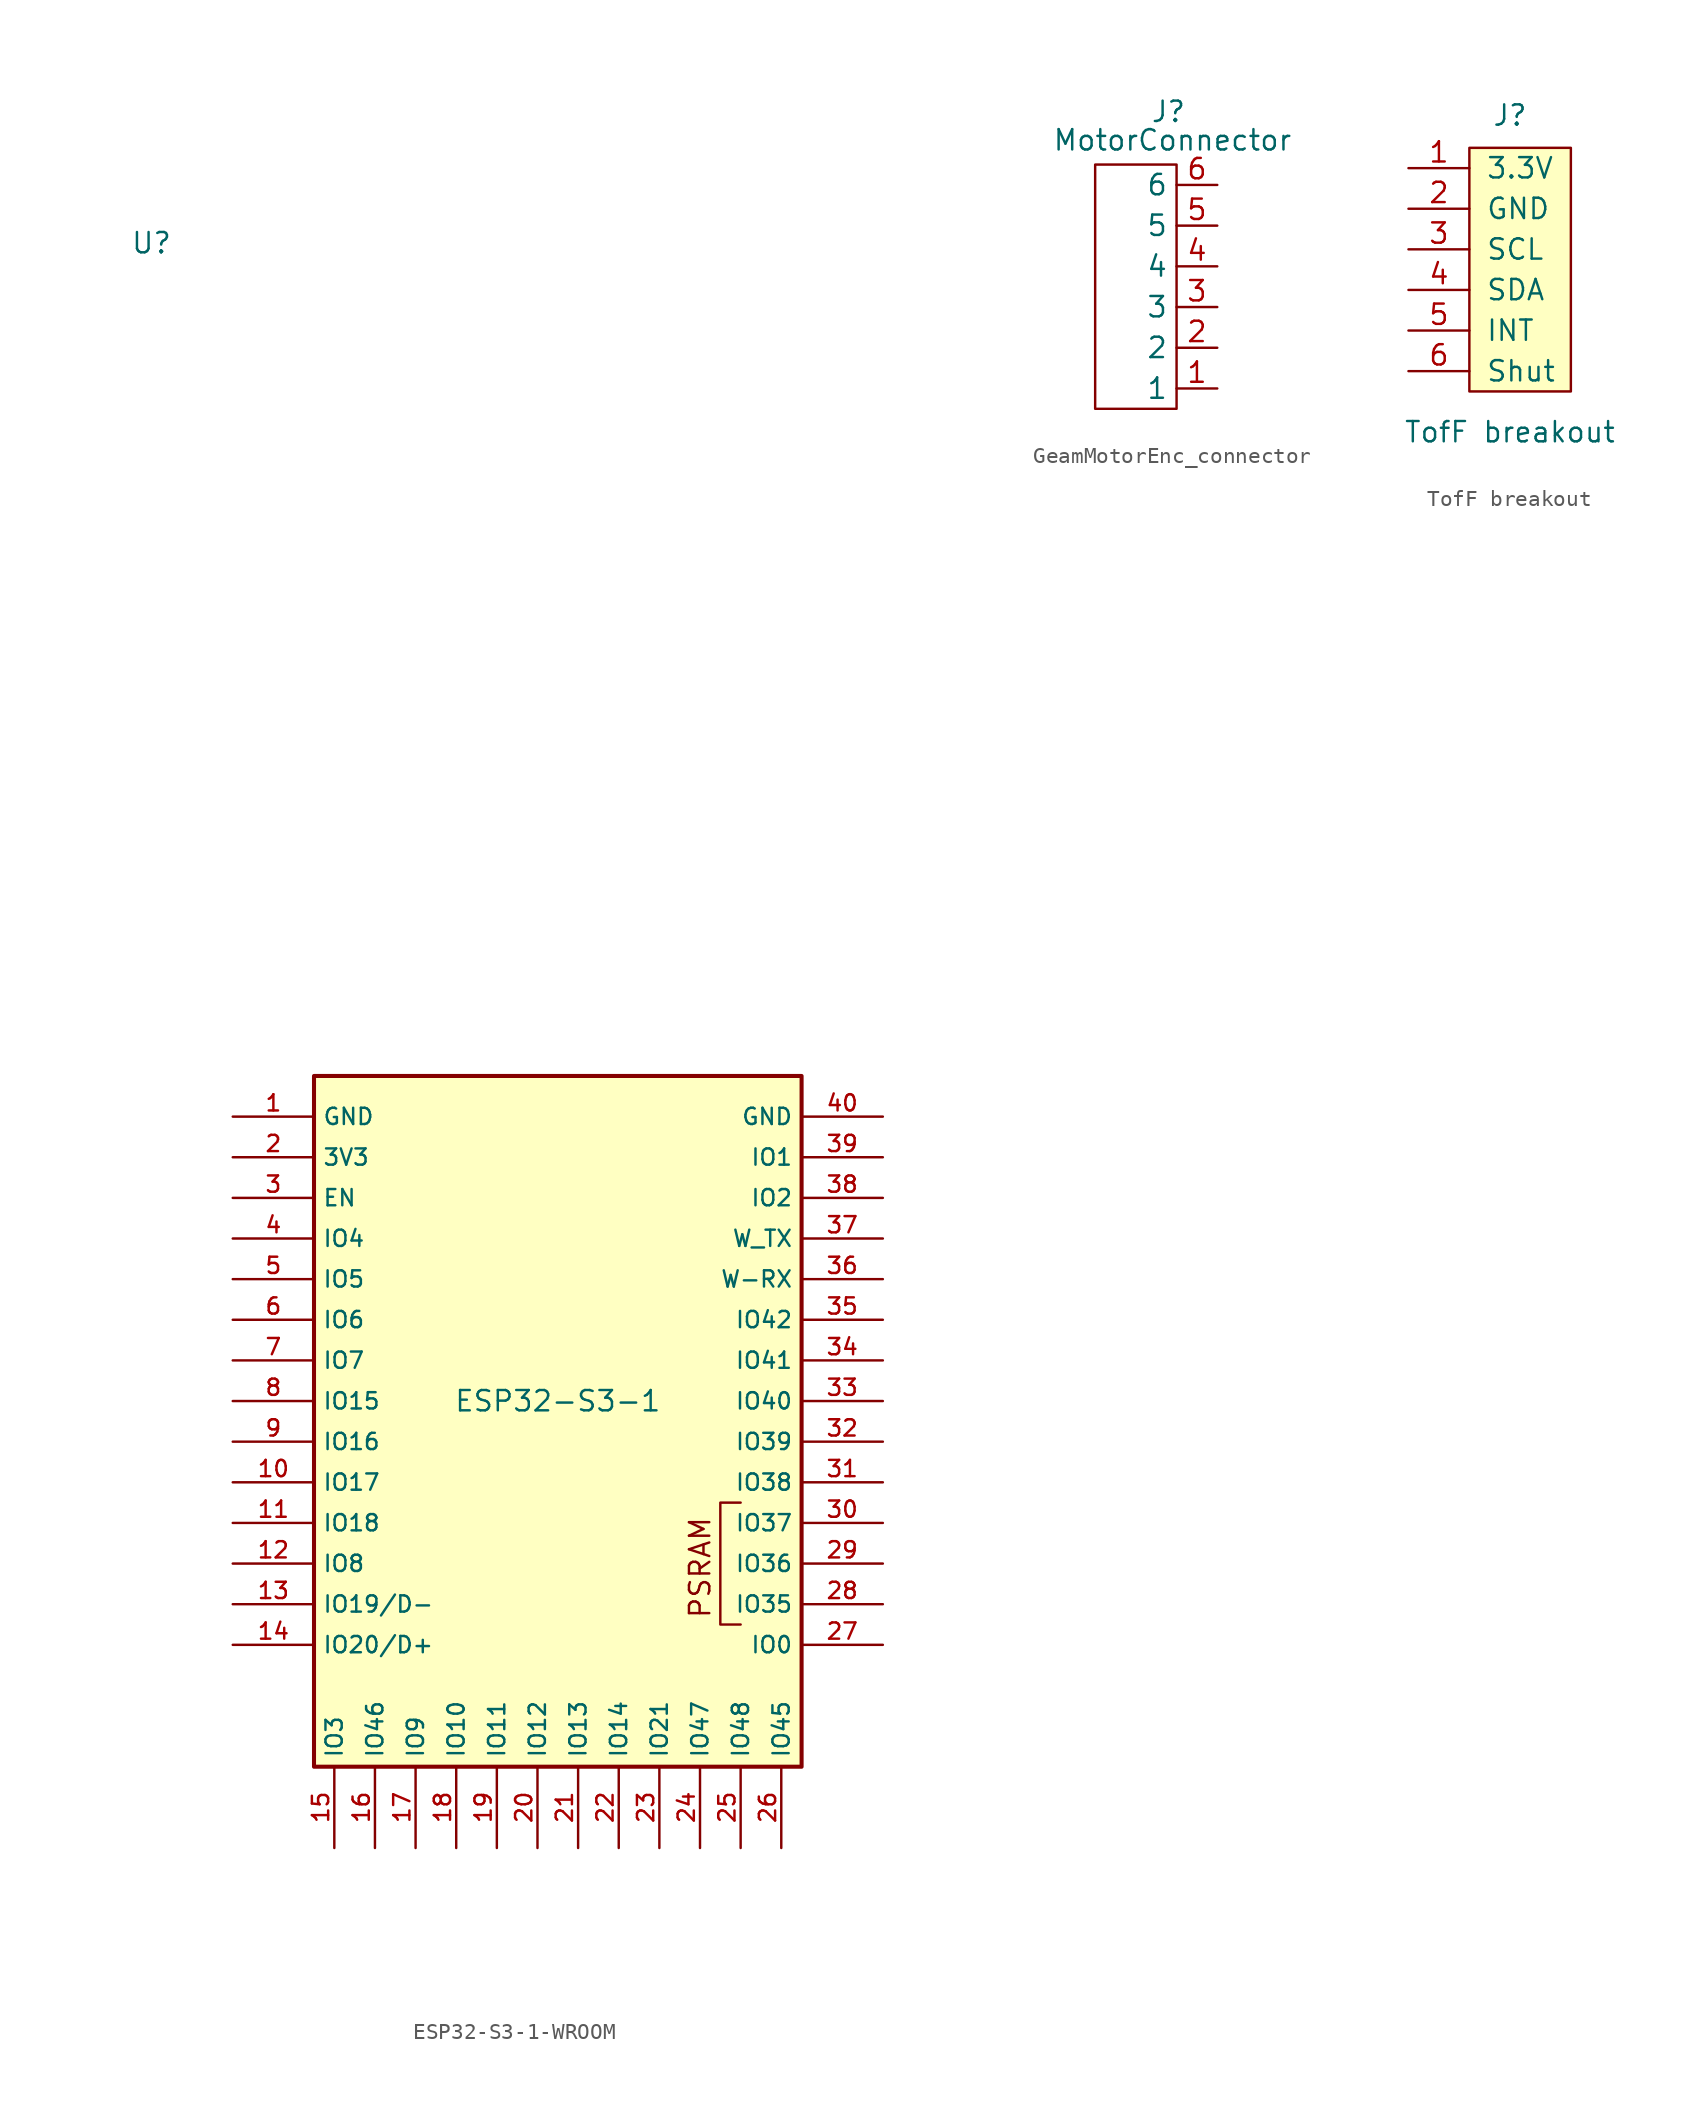
<source format=kicad_sym>
(kicad_symbol_lib
  (version 20241209)
  (generator "kicad_symbol_editor")
  (generator_version "9.0")
  (symbol "ESP32-S3-1-WROOM"
    (property "Reference" "U"
      (at -25.4 72.39 0)
      (effects (font (size 1.27 1.27))))
    (property "Value" "ESP32-S3-1"
      (at 0 0 0)
      (effects (font (size 1.27 1.27))))
    (symbol "ESP32-S3-1-WROOM_0_0"
      (rectangle (start -15.24 20.32) (end 15.24 -22.86) (stroke (width 0.254) (type default)) (fill (type background)))
      (pin power_in line (at -20.32 17.78 0) (length 5.08) (name "GND" (effects (font (size 1.016 1.016)))) (number "1" (effects (font (size 1.016 1.016)))))
      (pin power_in line (at -20.32 15.24 0) (length 5.08) (name "3V3" (effects (font (size 1.016 1.016)))) (number "2" (effects (font (size 1.016 1.016)))))
      (pin input line (at -20.32 12.7 0) (length 5.08) (name "EN" (effects (font (size 1.016 1.016)))) (number "3" (effects (font (size 1.016 1.016)))))
      (pin bidirectional line (at -20.32 10.16 0) (length 5.08) (name "IO4" (effects (font (size 1.016 1.016)))) (number "4" (effects (font (size 1.016 1.016)))))
      (pin bidirectional line (at -20.32 7.62 0) (length 5.08) (name "IO5" (effects (font (size 1.016 1.016)))) (number "5" (effects (font (size 1.016 1.016)))))
      (pin bidirectional line (at -20.32 5.08 0) (length 5.08) (name "IO6" (effects (font (size 1.016 1.016)))) (number "6" (effects (font (size 1.016 1.016)))))
      (pin bidirectional line (at -20.32 2.54 0) (length 5.08) (name "IO7" (effects (font (size 1.016 1.016)))) (number "7" (effects (font (size 1.016 1.016))))))
    (symbol "ESP32-S3-1-WROOM_0_1"
      (polyline (pts (xy 11.43 -6.35) (xy 10.16 -6.35) (xy 10.16 -13.97) (xy 11.43 -13.97)) (stroke (width 0) (type default)) (fill (type none))))
    (symbol "ESP32-S3-1-WROOM_1_0"
      (pin bidirectional line (at -20.32 0 0) (length 5.08) (name "IO15" (effects (font (size 1.016 1.016)))) (number "8" (effects (font (size 1.016 1.016)))))
      (pin bidirectional line (at -20.32 -2.54 0) (length 5.08) (name "IO16" (effects (font (size 1.016 1.016)))) (number "9" (effects (font (size 1.016 1.016)))))
      (pin bidirectional line (at -20.32 -5.08 0) (length 5.08) (name "IO17" (effects (font (size 1.016 1.016)))) (number "10" (effects (font (size 1.016 1.016)))))
      (pin bidirectional line (at -20.32 -7.62 0) (length 5.08) (name "IO18" (effects (font (size 1.016 1.016)))) (number "11" (effects (font (size 1.016 1.016)))))
      (pin bidirectional line (at -20.32 -10.16 0) (length 5.08) (name "IO8" (effects (font (size 1.016 1.016)))) (number "12" (effects (font (size 1.016 1.016)))))
      (pin bidirectional line (at -20.32 -12.7 0) (length 5.08) (name "IO19/D-" (effects (font (size 1.016 1.016)))) (number "13" (effects (font (size 1.016 1.016)))))
      (pin bidirectional line (at -20.32 -15.24 0) (length 5.08) (name "IO20/D+" (effects (font (size 1.016 1.016)))) (number "14" (effects (font (size 1.016 1.016)))))
      (pin bidirectional line (at -13.97 -27.94 90) (length 5.08) (name "IO3" (effects (font (size 1.016 1.016)))) (number "15" (effects (font (size 1.016 1.016)))))
      (pin bidirectional line (at -11.43 -27.94 90) (length 5.08) (name "IO46" (effects (font (size 1.016 1.016)))) (number "16" (effects (font (size 1.016 1.016)))))
      (pin bidirectional line (at -8.89 -27.94 90) (length 5.08) (name "IO9" (effects (font (size 1.016 1.016)))) (number "17" (effects (font (size 1.016 1.016)))))
      (pin bidirectional line (at -6.35 -27.94 90) (length 5.08) (name "IO10" (effects (font (size 1.016 1.016)))) (number "18" (effects (font (size 1.016 1.016)))))
      (pin bidirectional line (at -3.81 -27.94 90) (length 5.08) (name "IO11" (effects (font (size 1.016 1.016)))) (number "19" (effects (font (size 1.016 1.016)))))
      (pin bidirectional line (at -1.27 -27.94 90) (length 5.08) (name "IO12" (effects (font (size 1.016 1.016)))) (number "20" (effects (font (size 1.016 1.016)))))
      (pin bidirectional line (at 1.27 -27.94 90) (length 5.08) (name "IO13" (effects (font (size 1.016 1.016)))) (number "21" (effects (font (size 1.016 1.016)))))
      (pin bidirectional line (at 3.81 -27.94 90) (length 5.08) (name "IO14" (effects (font (size 1.016 1.016)))) (number "22" (effects (font (size 1.016 1.016)))))
      (pin bidirectional line (at 6.35 -27.94 90) (length 5.08) (name "IO21" (effects (font (size 1.016 1.016)))) (number "23" (effects (font (size 1.016 1.016)))))
      (pin bidirectional line (at 8.89 -27.94 90) (length 5.08) (name "IO47" (effects (font (size 1.016 1.016)))) (number "24" (effects (font (size 1.016 1.016)))))
      (pin bidirectional line (at 11.43 -27.94 90) (length 5.08) (name "IO48" (effects (font (size 1.016 1.016)))) (number "25" (effects (font (size 1.016 1.016)))))
      (pin bidirectional line (at 13.97 -27.94 90) (length 5.08) (name "IO45" (effects (font (size 1.016 1.016)))) (number "26" (effects (font (size 1.016 1.016)))))
      (pin passive line (at 20.32 17.78 180) (length 5.08) (name "GND" (effects (font (size 1.016 1.016)))) (number "40" (effects (font (size 1.016 1.016)))))
      (pin passive line (at 20.32 17.78 180) (length 5.08) (hide yes) (name "GND__1" (effects (font (size 1.016 1.016)))) (number "41" (effects (font (size 1.016 1.016)))))
      (pin bidirectional line (at 20.32 15.24 180) (length 5.08) (name "IO1" (effects (font (size 1.016 1.016)))) (number "39" (effects (font (size 1.016 1.016)))))
      (pin bidirectional line (at 20.32 12.7 180) (length 5.08) (name "IO2" (effects (font (size 1.016 1.016)))) (number "38" (effects (font (size 1.016 1.016)))))
      (pin bidirectional line (at 20.32 10.16 180) (length 5.08) (name "W_TX" (effects (font (size 1.016 1.016)))) (number "37" (effects (font (size 1.016 1.016)))))
      (pin bidirectional line (at 20.32 7.62 180) (length 5.08) (name "W-RX" (effects (font (size 1.016 1.016)))) (number "36" (effects (font (size 1.016 1.016)))))
      (pin bidirectional line (at 20.32 5.08 180) (length 5.08) (name "IO42" (effects (font (size 1.016 1.016)))) (number "35" (effects (font (size 1.016 1.016)))))
      (pin bidirectional line (at 20.32 2.54 180) (length 5.08) (name "IO41" (effects (font (size 1.016 1.016)))) (number "34" (effects (font (size 1.016 1.016)))))
      (pin bidirectional line (at 20.32 0 180) (length 5.08) (name "IO40" (effects (font (size 1.016 1.016)))) (number "33" (effects (font (size 1.016 1.016)))))
      (pin bidirectional line (at 20.32 -2.54 180) (length 5.08) (name "IO39" (effects (font (size 1.016 1.016)))) (number "32" (effects (font (size 1.016 1.016)))))
      (pin bidirectional line (at 20.32 -5.08 180) (length 5.08) (name "IO38" (effects (font (size 1.016 1.016)))) (number "31" (effects (font (size 1.016 1.016)))))
      (pin bidirectional line (at 20.32 -7.62 180) (length 5.08) (name "IO37" (effects (font (size 1.016 1.016)))) (number "30" (effects (font (size 1.016 1.016)))))
      (pin bidirectional line (at 20.32 -10.16 180) (length 5.08) (name "IO36" (effects (font (size 1.016 1.016)))) (number "29" (effects (font (size 1.016 1.016)))))
      (pin bidirectional line (at 20.32 -12.7 180) (length 5.08) (name "IO35" (effects (font (size 1.016 1.016)))) (number "28" (effects (font (size 1.016 1.016)))))
      (pin bidirectional line (at 20.32 -15.24 180) (length 5.08) (name "IO0" (effects (font (size 1.016 1.016)))) (number "27" (effects (font (size 1.016 1.016))))))
    (symbol "ESP32-S3-1-WROOM_1_1"
      (text "PSRAM" (at 8.89 -10.414 900) (effects (font (size 1.27 1.27))))))
  (symbol "GeamMotorEnc_connector"
    (property "Reference" "J"
      (at -3.048 10.922 0)
      (effects (font (size 1.27 1.27))))
    (property "Value" "MotorConnector"
      (at -2.794 9.144 0)
      (effects (font (size 1.27 1.27))))
    (symbol "GeamMotorEnc_connector_0_1"
      (rectangle (start -7.62 7.62) (end -2.54 -7.62) (stroke (width 0) (type default)) (fill (type none))))
    (symbol "GeamMotorEnc_connector_1_1"
      (pin passive line (at 0 6.35 180) (length 2.54) (name "6" (effects (font (size 1.27 1.27)))) (number "6" (effects (font (size 1.27 1.27)))))
      (pin passive line (at 0 3.81 180) (length 2.54) (name "5" (effects (font (size 1.27 1.27)))) (number "5" (effects (font (size 1.27 1.27)))))
      (pin passive line (at 0 1.27 180) (length 2.54) (name "4" (effects (font (size 1.27 1.27)))) (number "4" (effects (font (size 1.27 1.27)))))
      (pin passive line (at 0 -1.27 180) (length 2.54) (name "3" (effects (font (size 1.27 1.27)))) (number "3" (effects (font (size 1.27 1.27)))))
      (pin passive line (at 0 -3.81 180) (length 2.54) (name "2" (effects (font (size 1.27 1.27)))) (number "2" (effects (font (size 1.27 1.27)))))
      (pin passive line (at 0 -6.35 180) (length 2.54) (name "1" (effects (font (size 1.27 1.27)))) (number "1" (effects (font (size 1.27 1.27)))))))
  (symbol "TofF breakout"
    (pin_names
      (offset 1.016))
    (property "Reference" "J"
      (at 0 9.652 0)
      (effects (font (size 1.27 1.27))))
    (property "Value" "TofF breakout"
      (at 0 -10.16 0)
      (effects (font (size 1.27 1.27))))
    (symbol "TofF breakout_1_1"
      (rectangle (start -2.54 7.62) (end 3.81 -7.62) (stroke (width 0) (type default)) (fill (type background)))
      (pin passive line (at -6.35 6.35 0) (length 3.81) (name "3.3V" (effects (font (size 1.27 1.27)))) (number "1" (effects (font (size 1.27 1.27)))))
      (pin passive line (at -6.35 3.81 0) (length 3.81) (name "GND" (effects (font (size 1.27 1.27)))) (number "2" (effects (font (size 1.27 1.27)))))
      (pin passive line (at -6.35 1.27 0) (length 3.81) (name "SCL" (effects (font (size 1.27 1.27)))) (number "3" (effects (font (size 1.27 1.27)))))
      (pin passive line (at -6.35 -1.27 0) (length 3.81) (name "SDA" (effects (font (size 1.27 1.27)))) (number "4" (effects (font (size 1.27 1.27)))))
      (pin passive line (at -6.35 -3.81 0) (length 3.81) (name "INT" (effects (font (size 1.27 1.27)))) (number "5" (effects (font (size 1.27 1.27)))))
      (pin passive line (at -6.35 -6.35 0) (length 3.81) (name "Shut" (effects (font (size 1.27 1.27)))) (number "6" (effects (font (size 1.27 1.27))))))))
</source>
